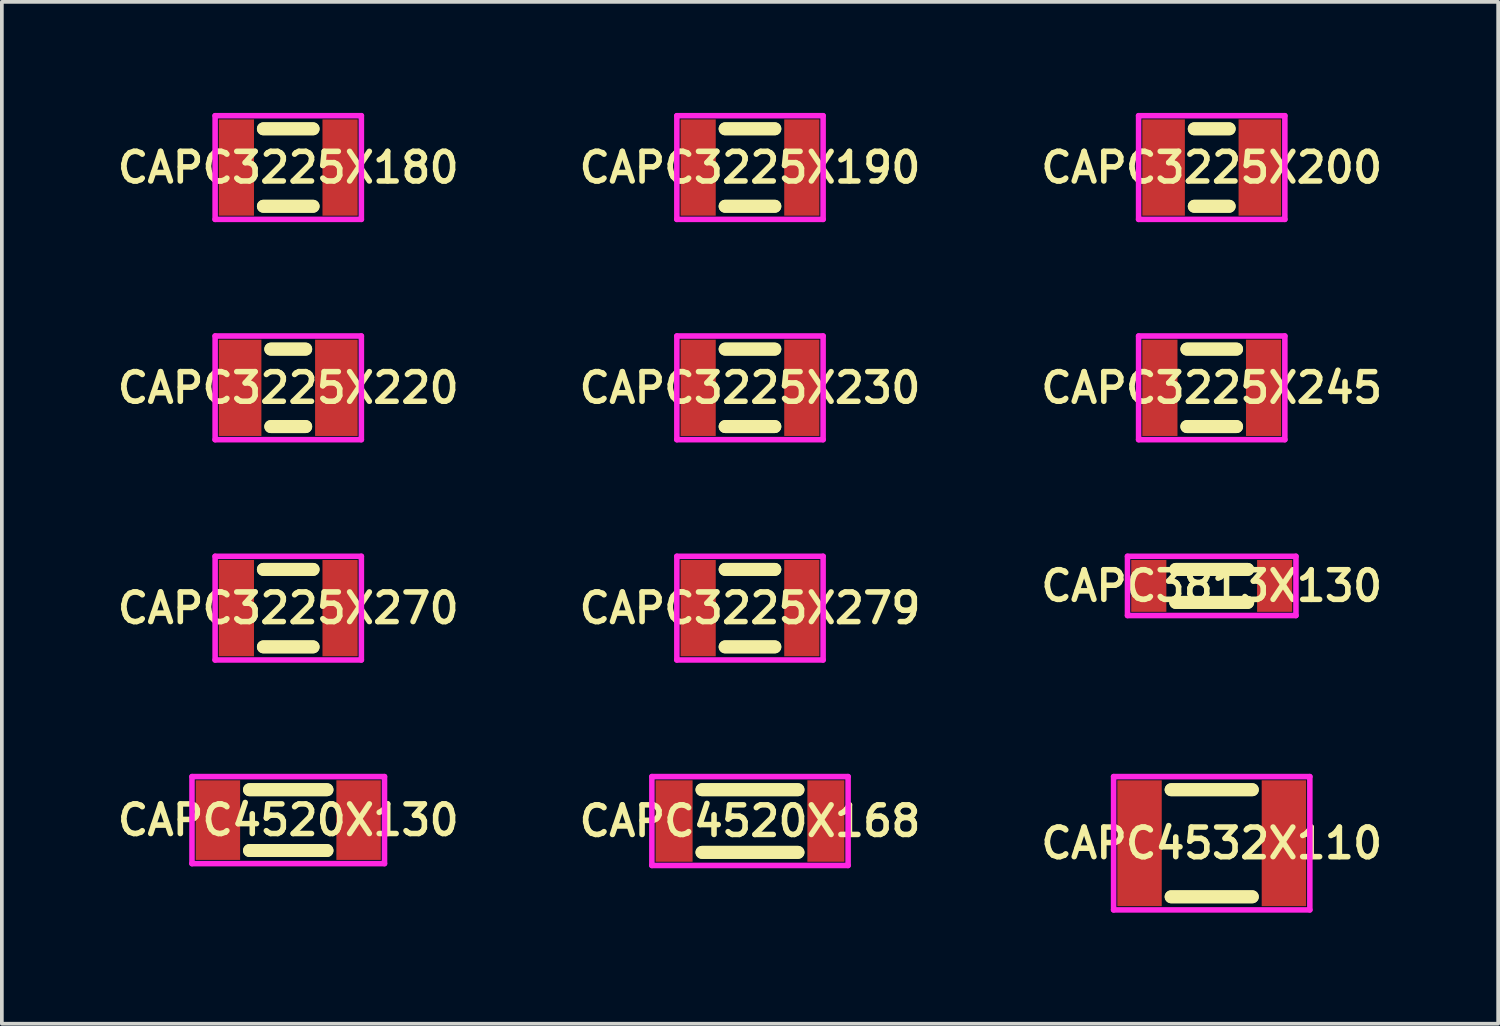
<source format=kicad_pcb>
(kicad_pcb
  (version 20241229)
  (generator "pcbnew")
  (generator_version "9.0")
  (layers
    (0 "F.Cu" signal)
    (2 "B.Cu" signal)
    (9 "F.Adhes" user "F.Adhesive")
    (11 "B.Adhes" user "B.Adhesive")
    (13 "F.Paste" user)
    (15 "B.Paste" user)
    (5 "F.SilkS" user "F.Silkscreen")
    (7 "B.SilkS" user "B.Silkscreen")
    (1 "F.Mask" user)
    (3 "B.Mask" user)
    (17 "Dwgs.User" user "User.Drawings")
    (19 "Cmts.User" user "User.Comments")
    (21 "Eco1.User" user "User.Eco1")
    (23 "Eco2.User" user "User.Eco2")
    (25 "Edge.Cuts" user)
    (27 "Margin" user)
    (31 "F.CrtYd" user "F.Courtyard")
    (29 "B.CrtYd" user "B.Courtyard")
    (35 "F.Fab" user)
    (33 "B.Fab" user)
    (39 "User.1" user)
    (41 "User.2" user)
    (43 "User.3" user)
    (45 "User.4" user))
  (footprint "CAPC3225X180"
    (layer "F.Cu")
    (at 4.735 1.475)
    (property "Reference" "CAPC3225X180" (at 0 0 0) (layer "F.SilkS") (effects (font (size 0.8 0.8) (thickness 0.15))))
    (attr smd)
    (fp_line (start -0.671 -1.046) (end 0.671 -1.046) (stroke (width 0.35) (type solid)) (layer "F.SilkS"))
    (fp_line (start -0.671 1.046) (end 0.671 1.046) (stroke (width 0.35) (type solid)) (layer "F.SilkS"))
    (fp_line (start 0.671 -1.046) (end -0.671 -1.046) (stroke (width 0.35) (type solid)) (layer "F.SilkS"))
    (fp_line (start 0.671 1.046) (end -0.671 1.046) (stroke (width 0.35) (type solid)) (layer "F.SilkS"))
    (fp_line (start -1.975 -1.4) (end 1.975 -1.4) (stroke (width 0.15) (type solid)) (layer "F.CrtYd"))
    (fp_line (start -1.975 1.4) (end -1.975 -1.4) (stroke (width 0.15) (type solid)) (layer "F.CrtYd"))
    (fp_line (start 1.975 -1.4) (end 1.975 1.4) (stroke (width 0.15) (type solid)) (layer "F.CrtYd"))
    (fp_line (start 1.975 1.4) (end -1.975 1.4) (stroke (width 0.15) (type solid)) (layer "F.CrtYd"))
    (pad "1" smd rect (at -1.4 0) (size 0.95 2.6) (layers "F.Cu" "F.Mask" "F.Paste"))
    (pad "2" smd rect (at 1.4 0) (size 0.95 2.6) (layers "F.Cu" "F.Mask" "F.Paste")))
  (footprint "CAPC3225X279"
    (layer "F.Cu")
    (at 17.206 13.375)
    (property "Reference" "CAPC3225X279" (at 0 0 0) (layer "F.SilkS") (effects (font (size 0.8 0.8) (thickness 0.15))))
    (attr smd)
    (fp_line (start -0.671 -1.046) (end 0.671 -1.046) (stroke (width 0.35) (type solid)) (layer "F.SilkS"))
    (fp_line (start -0.671 1.046) (end 0.671 1.046) (stroke (width 0.35) (type solid)) (layer "F.SilkS"))
    (fp_line (start 0.671 -1.046) (end -0.671 -1.046) (stroke (width 0.35) (type solid)) (layer "F.SilkS"))
    (fp_line (start 0.671 1.046) (end -0.671 1.046) (stroke (width 0.35) (type solid)) (layer "F.SilkS"))
    (fp_line (start -1.975 -1.4) (end 1.975 -1.4) (stroke (width 0.15) (type solid)) (layer "F.CrtYd"))
    (fp_line (start -1.975 1.4) (end -1.975 -1.4) (stroke (width 0.15) (type solid)) (layer "F.CrtYd"))
    (fp_line (start 1.975 -1.4) (end 1.975 1.4) (stroke (width 0.15) (type solid)) (layer "F.CrtYd"))
    (fp_line (start 1.975 1.4) (end -1.975 1.4) (stroke (width 0.15) (type solid)) (layer "F.CrtYd"))
    (pad "1" smd rect (at -1.4 0) (size 0.95 2.6) (layers "F.Cu" "F.Mask" "F.Paste"))
    (pad "2" smd rect (at 1.4 0) (size 0.95 2.6) (layers "F.Cu" "F.Mask" "F.Paste")))
  (footprint "CAPC3225X245"
    (layer "F.Cu")
    (at 29.677 7.425)
    (property "Reference" "CAPC3225X245" (at 0 0 0) (layer "F.SilkS") (effects (font (size 0.8 0.8) (thickness 0.15))))
    (attr smd)
    (fp_line (start -0.671 -1.046) (end 0.671 -1.046) (stroke (width 0.35) (type solid)) (layer "F.SilkS"))
    (fp_line (start -0.671 1.046) (end 0.671 1.046) (stroke (width 0.35) (type solid)) (layer "F.SilkS"))
    (fp_line (start 0.671 -1.046) (end -0.671 -1.046) (stroke (width 0.35) (type solid)) (layer "F.SilkS"))
    (fp_line (start 0.671 1.046) (end -0.671 1.046) (stroke (width 0.35) (type solid)) (layer "F.SilkS"))
    (fp_line (start -1.975 -1.4) (end 1.975 -1.4) (stroke (width 0.15) (type solid)) (layer "F.CrtYd"))
    (fp_line (start -1.975 1.4) (end -1.975 -1.4) (stroke (width 0.15) (type solid)) (layer "F.CrtYd"))
    (fp_line (start 1.975 -1.4) (end 1.975 1.4) (stroke (width 0.15) (type solid)) (layer "F.CrtYd"))
    (fp_line (start 1.975 1.4) (end -1.975 1.4) (stroke (width 0.15) (type solid)) (layer "F.CrtYd"))
    (pad "1" smd rect (at -1.4 0) (size 0.95 2.6) (layers "F.Cu" "F.Mask" "F.Paste"))
    (pad "2" smd rect (at 1.4 0) (size 0.95 2.6) (layers "F.Cu" "F.Mask" "F.Paste")))
  (footprint "CAPC3813X130"
    (layer "F.Cu")
    (at 29.677 12.775)
    (property "Reference" "CAPC3813X130" (at 0 0 0) (layer "F.SilkS") (effects (font (size 0.8 0.8) (thickness 0.15))))
    (attr smd)
    (fp_line (start -0.971 -0.446) (end 0.971 -0.446) (stroke (width 0.35) (type solid)) (layer "F.SilkS"))
    (fp_line (start -0.971 0.446) (end 0.971 0.446) (stroke (width 0.35) (type solid)) (layer "F.SilkS"))
    (fp_line (start 0.971 -0.446) (end -0.971 -0.446) (stroke (width 0.35) (type solid)) (layer "F.SilkS"))
    (fp_line (start 0.971 0.446) (end -0.971 0.446) (stroke (width 0.35) (type solid)) (layer "F.SilkS"))
    (fp_line (start -2.275 -0.8) (end 2.275 -0.8) (stroke (width 0.15) (type solid)) (layer "F.CrtYd"))
    (fp_line (start -2.275 0.8) (end -2.275 -0.8) (stroke (width 0.15) (type solid)) (layer "F.CrtYd"))
    (fp_line (start 2.275 -0.8) (end 2.275 0.8) (stroke (width 0.15) (type solid)) (layer "F.CrtYd"))
    (fp_line (start 2.275 0.8) (end -2.275 0.8) (stroke (width 0.15) (type solid)) (layer "F.CrtYd"))
    (pad "1" smd rect (at -1.7 0) (size 0.95 1.4) (layers "F.Cu" "F.Mask" "F.Paste"))
    (pad "2" smd rect (at 1.7 0) (size 0.95 1.4) (layers "F.Cu" "F.Mask" "F.Paste")))
  (footprint "CAPC3225X270"
    (layer "F.Cu")
    (at 4.735 13.375)
    (property "Reference" "CAPC3225X270" (at 0 0 0) (layer "F.SilkS") (effects (font (size 0.8 0.8) (thickness 0.15))))
    (attr smd)
    (fp_line (start -0.671 -1.046) (end 0.671 -1.046) (stroke (width 0.35) (type solid)) (layer "F.SilkS"))
    (fp_line (start -0.671 1.046) (end 0.671 1.046) (stroke (width 0.35) (type solid)) (layer "F.SilkS"))
    (fp_line (start 0.671 -1.046) (end -0.671 -1.046) (stroke (width 0.35) (type solid)) (layer "F.SilkS"))
    (fp_line (start 0.671 1.046) (end -0.671 1.046) (stroke (width 0.35) (type solid)) (layer "F.SilkS"))
    (fp_line (start -1.975 -1.4) (end 1.975 -1.4) (stroke (width 0.15) (type solid)) (layer "F.CrtYd"))
    (fp_line (start -1.975 1.4) (end -1.975 -1.4) (stroke (width 0.15) (type solid)) (layer "F.CrtYd"))
    (fp_line (start 1.975 -1.4) (end 1.975 1.4) (stroke (width 0.15) (type solid)) (layer "F.CrtYd"))
    (fp_line (start 1.975 1.4) (end -1.975 1.4) (stroke (width 0.15) (type solid)) (layer "F.CrtYd"))
    (pad "1" smd rect (at -1.4 0) (size 0.95 2.6) (layers "F.Cu" "F.Mask" "F.Paste"))
    (pad "2" smd rect (at 1.4 0) (size 0.95 2.6) (layers "F.Cu" "F.Mask" "F.Paste")))
  (footprint "CAPC3225X200"
    (layer "F.Cu")
    (at 29.677 1.475)
    (property "Reference" "CAPC3225X200" (at 0 0 0) (layer "F.SilkS") (effects (font (size 0.8 0.8) (thickness 0.15))))
    (attr smd)
    (fp_line (start -0.471 -1.046) (end 0.471 -1.046) (stroke (width 0.35) (type solid)) (layer "F.SilkS"))
    (fp_line (start -0.471 1.046) (end 0.471 1.046) (stroke (width 0.35) (type solid)) (layer "F.SilkS"))
    (fp_line (start 0.471 -1.046) (end -0.471 -1.046) (stroke (width 0.35) (type solid)) (layer "F.SilkS"))
    (fp_line (start 0.471 1.046) (end -0.471 1.046) (stroke (width 0.35) (type solid)) (layer "F.SilkS"))
    (fp_line (start -1.975 -1.4) (end 1.975 -1.4) (stroke (width 0.15) (type solid)) (layer "F.CrtYd"))
    (fp_line (start -1.975 1.4) (end -1.975 -1.4) (stroke (width 0.15) (type solid)) (layer "F.CrtYd"))
    (fp_line (start 1.975 -1.4) (end 1.975 1.4) (stroke (width 0.15) (type solid)) (layer "F.CrtYd"))
    (fp_line (start 1.975 1.4) (end -1.975 1.4) (stroke (width 0.15) (type solid)) (layer "F.CrtYd"))
    (pad "1" smd rect (at -1.3 0) (size 1.15 2.6) (layers "F.Cu" "F.Mask" "F.Paste"))
    (pad "2" smd rect (at 1.3 0) (size 1.15 2.6) (layers "F.Cu" "F.Mask" "F.Paste")))
  (footprint "CAPC3225X190"
    (layer "F.Cu")
    (at 17.206 1.475)
    (property "Reference" "CAPC3225X190" (at 0 0 0) (layer "F.SilkS") (effects (font (size 0.8 0.8) (thickness 0.15))))
    (attr smd)
    (fp_line (start -0.671 -1.046) (end 0.671 -1.046) (stroke (width 0.35) (type solid)) (layer "F.SilkS"))
    (fp_line (start -0.671 1.046) (end 0.671 1.046) (stroke (width 0.35) (type solid)) (layer "F.SilkS"))
    (fp_line (start 0.671 -1.046) (end -0.671 -1.046) (stroke (width 0.35) (type solid)) (layer "F.SilkS"))
    (fp_line (start 0.671 1.046) (end -0.671 1.046) (stroke (width 0.35) (type solid)) (layer "F.SilkS"))
    (fp_line (start -1.975 -1.4) (end 1.975 -1.4) (stroke (width 0.15) (type solid)) (layer "F.CrtYd"))
    (fp_line (start -1.975 1.4) (end -1.975 -1.4) (stroke (width 0.15) (type solid)) (layer "F.CrtYd"))
    (fp_line (start 1.975 -1.4) (end 1.975 1.4) (stroke (width 0.15) (type solid)) (layer "F.CrtYd"))
    (fp_line (start 1.975 1.4) (end -1.975 1.4) (stroke (width 0.15) (type solid)) (layer "F.CrtYd"))
    (pad "1" smd rect (at -1.4 0) (size 0.95 2.6) (layers "F.Cu" "F.Mask" "F.Paste"))
    (pad "2" smd rect (at 1.4 0) (size 0.95 2.6) (layers "F.Cu" "F.Mask" "F.Paste")))
  (footprint "CAPC3225X230"
    (layer "F.Cu")
    (at 17.206 7.425)
    (property "Reference" "CAPC3225X230" (at 0 0 0) (layer "F.SilkS") (effects (font (size 0.8 0.8) (thickness 0.15))))
    (attr smd)
    (fp_line (start -0.671 -1.046) (end 0.671 -1.046) (stroke (width 0.35) (type solid)) (layer "F.SilkS"))
    (fp_line (start -0.671 1.046) (end 0.671 1.046) (stroke (width 0.35) (type solid)) (layer "F.SilkS"))
    (fp_line (start 0.671 -1.046) (end -0.671 -1.046) (stroke (width 0.35) (type solid)) (layer "F.SilkS"))
    (fp_line (start 0.671 1.046) (end -0.671 1.046) (stroke (width 0.35) (type solid)) (layer "F.SilkS"))
    (fp_line (start -1.975 -1.4) (end 1.975 -1.4) (stroke (width 0.15) (type solid)) (layer "F.CrtYd"))
    (fp_line (start -1.975 1.4) (end -1.975 -1.4) (stroke (width 0.15) (type solid)) (layer "F.CrtYd"))
    (fp_line (start 1.975 -1.4) (end 1.975 1.4) (stroke (width 0.15) (type solid)) (layer "F.CrtYd"))
    (fp_line (start 1.975 1.4) (end -1.975 1.4) (stroke (width 0.15) (type solid)) (layer "F.CrtYd"))
    (pad "1" smd rect (at -1.4 0) (size 0.95 2.6) (layers "F.Cu" "F.Mask" "F.Paste"))
    (pad "2" smd rect (at 1.4 0) (size 0.95 2.6) (layers "F.Cu" "F.Mask" "F.Paste")))
  (footprint "CAPC3225X220"
    (layer "F.Cu")
    (at 4.735 7.425)
    (property "Reference" "CAPC3225X220" (at 0 0 0) (layer "F.SilkS") (effects (font (size 0.8 0.8) (thickness 0.15))))
    (attr smd)
    (fp_line (start -0.471 -1.046) (end 0.471 -1.046) (stroke (width 0.35) (type solid)) (layer "F.SilkS"))
    (fp_line (start -0.471 1.046) (end 0.471 1.046) (stroke (width 0.35) (type solid)) (layer "F.SilkS"))
    (fp_line (start 0.471 -1.046) (end -0.471 -1.046) (stroke (width 0.35) (type solid)) (layer "F.SilkS"))
    (fp_line (start 0.471 1.046) (end -0.471 1.046) (stroke (width 0.35) (type solid)) (layer "F.SilkS"))
    (fp_line (start -1.975 -1.4) (end 1.975 -1.4) (stroke (width 0.15) (type solid)) (layer "F.CrtYd"))
    (fp_line (start -1.975 1.4) (end -1.975 -1.4) (stroke (width 0.15) (type solid)) (layer "F.CrtYd"))
    (fp_line (start 1.975 -1.4) (end 1.975 1.4) (stroke (width 0.15) (type solid)) (layer "F.CrtYd"))
    (fp_line (start 1.975 1.4) (end -1.975 1.4) (stroke (width 0.15) (type solid)) (layer "F.CrtYd"))
    (pad "1" smd rect (at -1.3 0) (size 1.15 2.6) (layers "F.Cu" "F.Mask" "F.Paste"))
    (pad "2" smd rect (at 1.3 0) (size 1.15 2.6) (layers "F.Cu" "F.Mask" "F.Paste")))
  (footprint "CAPC4520X130"
    (layer "F.Cu")
    (at 4.735 19.1)
    (property "Reference" "CAPC4520X130" (at 0 0 0) (layer "F.SilkS") (effects (font (size 0.8 0.8) (thickness 0.15))))
    (attr smd)
    (fp_line (start -1.046 -0.821) (end 1.046 -0.821) (stroke (width 0.35) (type solid)) (layer "F.SilkS"))
    (fp_line (start -1.046 0.821) (end 1.046 0.821) (stroke (width 0.35) (type solid)) (layer "F.SilkS"))
    (fp_line (start 1.046 -0.821) (end -1.046 -0.821) (stroke (width 0.35) (type solid)) (layer "F.SilkS"))
    (fp_line (start 1.046 0.821) (end -1.046 0.821) (stroke (width 0.35) (type solid)) (layer "F.SilkS"))
    (fp_line (start -2.6 -1.175) (end 2.6 -1.175) (stroke (width 0.15) (type solid)) (layer "F.CrtYd"))
    (fp_line (start -2.6 1.175) (end -2.6 -1.175) (stroke (width 0.15) (type solid)) (layer "F.CrtYd"))
    (fp_line (start 2.6 -1.175) (end 2.6 1.175) (stroke (width 0.15) (type solid)) (layer "F.CrtYd"))
    (fp_line (start 2.6 1.175) (end -2.6 1.175) (stroke (width 0.15) (type solid)) (layer "F.CrtYd"))
    (pad "1" smd rect (at -1.9 0) (size 1.2 2.15) (layers "F.Cu" "F.Mask" "F.Paste"))
    (pad "2" smd rect (at 1.9 0) (size 1.2 2.15) (layers "F.Cu" "F.Mask" "F.Paste")))
  (footprint "CAPC4532X110"
    (layer "F.Cu")
    (at 29.677 19.725)
    (property "Reference" "CAPC4532X110" (at 0 0 0) (layer "F.SilkS") (effects (font (size 0.8 0.8) (thickness 0.15))))
    (attr smd)
    (fp_line (start -1.096 -1.446) (end 1.096 -1.446) (stroke (width 0.35) (type solid)) (layer "F.SilkS"))
    (fp_line (start -1.096 1.446) (end 1.096 1.446) (stroke (width 0.35) (type solid)) (layer "F.SilkS"))
    (fp_line (start 1.096 -1.446) (end -1.096 -1.446) (stroke (width 0.35) (type solid)) (layer "F.SilkS"))
    (fp_line (start 1.096 1.446) (end -1.096 1.446) (stroke (width 0.35) (type solid)) (layer "F.SilkS"))
    (fp_line (start -2.65 -1.8) (end 2.65 -1.8) (stroke (width 0.15) (type solid)) (layer "F.CrtYd"))
    (fp_line (start -2.65 1.8) (end -2.65 -1.8) (stroke (width 0.15) (type solid)) (layer "F.CrtYd"))
    (fp_line (start 2.65 -1.8) (end 2.65 1.8) (stroke (width 0.15) (type solid)) (layer "F.CrtYd"))
    (fp_line (start 2.65 1.8) (end -2.65 1.8) (stroke (width 0.15) (type solid)) (layer "F.CrtYd"))
    (pad "1" smd rect (at -1.95 0) (size 1.2 3.4) (layers "F.Cu" "F.Mask" "F.Paste"))
    (pad "2" smd rect (at 1.95 0) (size 1.2 3.4) (layers "F.Cu" "F.Mask" "F.Paste")))
  (footprint "CAPC4520X168"
    (layer "F.Cu")
    (at 17.206 19.125)
    (property "Reference" "CAPC4520X168" (at 0 0 0) (layer "F.SilkS") (effects (font (size 0.8 0.8) (thickness 0.15))))
    (attr smd)
    (fp_line (start -1.296 -0.846) (end 1.296 -0.846) (stroke (width 0.35) (type solid)) (layer "F.SilkS"))
    (fp_line (start -1.296 0.846) (end 1.296 0.846) (stroke (width 0.35) (type solid)) (layer "F.SilkS"))
    (fp_line (start 1.296 -0.846) (end -1.296 -0.846) (stroke (width 0.35) (type solid)) (layer "F.SilkS"))
    (fp_line (start 1.296 0.846) (end -1.296 0.846) (stroke (width 0.35) (type solid)) (layer "F.SilkS"))
    (fp_line (start -2.65 -1.2) (end 2.65 -1.2) (stroke (width 0.15) (type solid)) (layer "F.CrtYd"))
    (fp_line (start -2.65 1.2) (end -2.65 -1.2) (stroke (width 0.15) (type solid)) (layer "F.CrtYd"))
    (fp_line (start 2.65 -1.2) (end 2.65 1.2) (stroke (width 0.15) (type solid)) (layer "F.CrtYd"))
    (fp_line (start 2.65 1.2) (end -2.65 1.2) (stroke (width 0.15) (type solid)) (layer "F.CrtYd"))
    (pad "1" smd rect (at -2.05 0) (size 1 2.2) (layers "F.Cu" "F.Mask" "F.Paste"))
    (pad "2" smd rect (at 2.05 0) (size 1 2.2) (layers "F.Cu" "F.Mask" "F.Paste")))
  (gr_rect
    (start -3 -3)
    (end 37.413 24.6)
    (stroke (width 0.1) (type default))
    (fill no)
    (layer "Edge.Cuts")))
</source>
